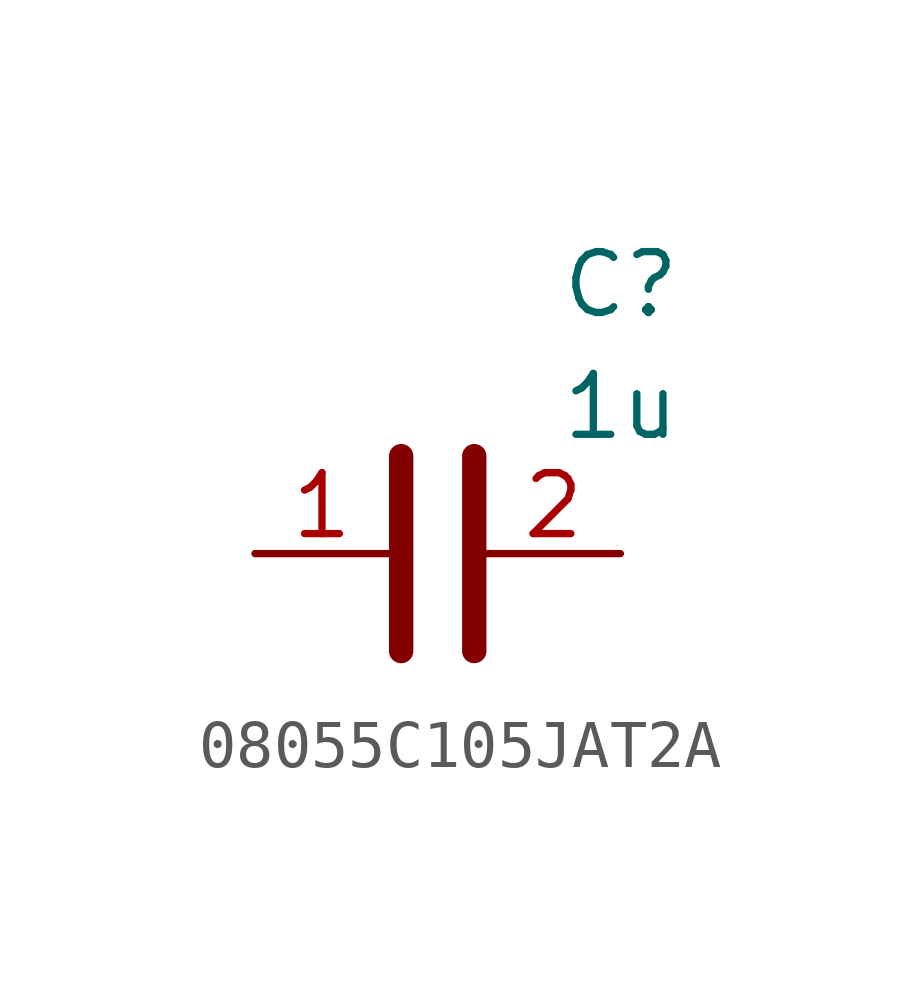
<source format=kicad_sym>
(kicad_symbol_lib
  (version 20220914)
  (generator kicad_symbol_editor)
  (symbol "08055C105JAT2A"
    (pin_names hide)
    (property "Reference" "C"
      (at 6.35 6.35 0)
      (effects (font (size 1.27 1.27)) (justify left top)))
    (property "Value" "1u"
      (at 6.35 3.81 0)
      (effects (font (size 1.27 1.27)) (justify left top)))
    (symbol "08055C105JAT2A_0_1"
      (polyline (pts (xy 3.048 -2.032) (xy 3.048 2.032)) (stroke (width 0.508) (type default)) (fill (type none)))
      (polyline (pts (xy 4.572 -2.032) (xy 4.572 2.032)) (stroke (width 0.508) (type default)) (fill (type none))))
    (symbol "08055C105JAT2A_1_1"
      (pin passive line (at 0 0 0) (length 2.794) (name "~" (effects (font (size 1.27 1.27)))) (number "1" (effects (font (size 1.27 1.27)))))
      (pin passive line (at 7.62 0 180) (length 2.794) (name "~" (effects (font (size 1.27 1.27)))) (number "2" (effects (font (size 1.27 1.27))))))))
</source>
